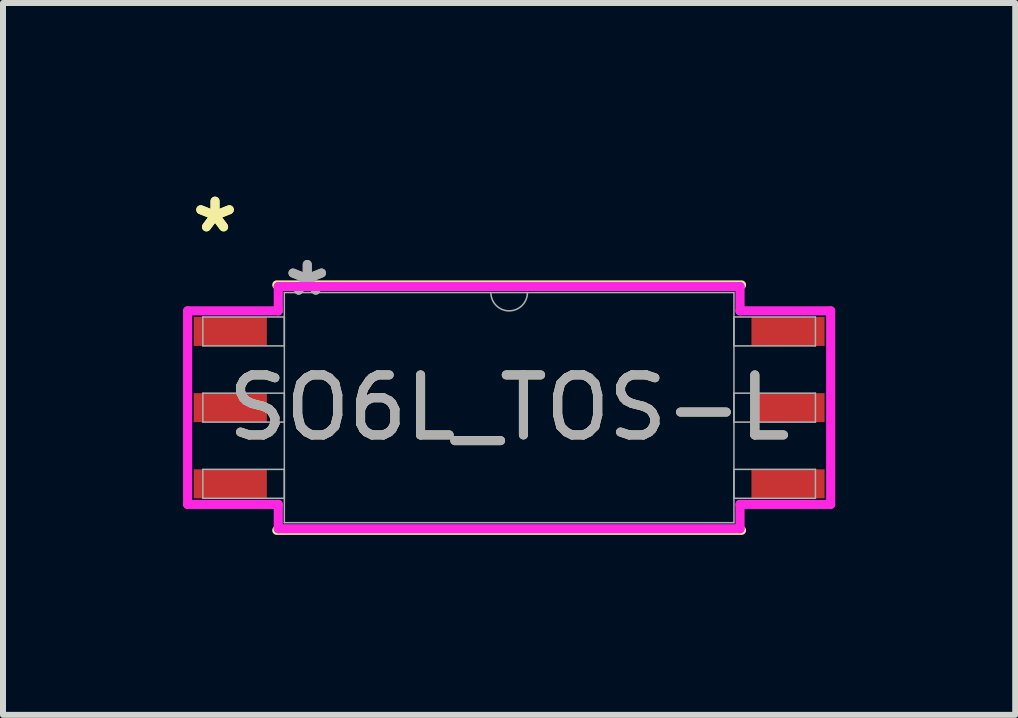
<source format=kicad_pcb>
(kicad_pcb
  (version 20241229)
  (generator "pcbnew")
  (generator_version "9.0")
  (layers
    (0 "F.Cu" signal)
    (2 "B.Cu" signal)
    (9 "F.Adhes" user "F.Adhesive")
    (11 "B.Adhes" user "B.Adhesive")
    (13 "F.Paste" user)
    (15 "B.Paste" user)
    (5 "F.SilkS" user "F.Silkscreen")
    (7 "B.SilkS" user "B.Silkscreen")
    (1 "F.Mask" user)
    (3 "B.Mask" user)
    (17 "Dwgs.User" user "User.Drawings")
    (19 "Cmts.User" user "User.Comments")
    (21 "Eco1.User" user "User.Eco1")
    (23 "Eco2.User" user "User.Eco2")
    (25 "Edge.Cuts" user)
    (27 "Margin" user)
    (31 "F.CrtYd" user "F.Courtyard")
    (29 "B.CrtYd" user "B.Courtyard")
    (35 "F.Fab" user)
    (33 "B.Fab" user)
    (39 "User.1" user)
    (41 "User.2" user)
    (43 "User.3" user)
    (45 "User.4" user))
  (footprint "SO6L_TOS-L"
    (layer "F.Cu")
    (at 5.436 3.744)
    (property "Reference" "SO6L_TOS-L" (at 0 0 0) (unlocked yes) (layer "F.SilkS") (effects (font (size 1 1) (thickness 0.15))))
    (attr smd)
    (fp_line (start -3.873 2.045) (end 3.873 2.045) (stroke (width 0.152) (type solid)) (layer "F.SilkS"))
    (fp_line (start 3.873 -2.045) (end -3.873 -2.045) (stroke (width 0.152) (type solid)) (layer "F.SilkS"))
    (fp_line (start -5.359 -1.613) (end -3.848 -1.613) (stroke (width 0.152) (type solid)) (layer "F.CrtYd"))
    (fp_line (start -5.359 1.613) (end -5.359 -1.613) (stroke (width 0.152) (type solid)) (layer "F.CrtYd"))
    (fp_line (start -5.359 1.613) (end -3.848 1.613) (stroke (width 0.152) (type solid)) (layer "F.CrtYd"))
    (fp_line (start -3.848 -2.019) (end 3.848 -2.019) (stroke (width 0.152) (type solid)) (layer "F.CrtYd"))
    (fp_line (start -3.848 -1.613) (end -3.848 -2.019) (stroke (width 0.152) (type solid)) (layer "F.CrtYd"))
    (fp_line (start -3.848 2.019) (end -3.848 1.613) (stroke (width 0.152) (type solid)) (layer "F.CrtYd"))
    (fp_line (start 3.848 -2.019) (end 3.848 -1.613) (stroke (width 0.152) (type solid)) (layer "F.CrtYd"))
    (fp_line (start 3.848 1.613) (end 3.848 2.019) (stroke (width 0.152) (type solid)) (layer "F.CrtYd"))
    (fp_line (start 3.848 2.019) (end -3.848 2.019) (stroke (width 0.152) (type solid)) (layer "F.CrtYd"))
    (fp_line (start 5.359 -1.613) (end 3.848 -1.613) (stroke (width 0.152) (type solid)) (layer "F.CrtYd"))
    (fp_line (start 5.359 -1.613) (end 5.359 1.613) (stroke (width 0.152) (type solid)) (layer "F.CrtYd"))
    (fp_line (start 5.359 1.613) (end 3.848 1.613) (stroke (width 0.152) (type solid)) (layer "F.CrtYd"))
    (fp_line (start -5.105 -1.511) (end -5.105 -1.029) (stroke (width 0.025) (type solid)) (layer "F.Fab"))
    (fp_line (start -5.105 -1.029) (end -3.747 -1.029) (stroke (width 0.025) (type solid)) (layer "F.Fab"))
    (fp_line (start -5.105 -0.241) (end -5.105 0.241) (stroke (width 0.025) (type solid)) (layer "F.Fab"))
    (fp_line (start -5.105 0.241) (end -3.747 0.241) (stroke (width 0.025) (type solid)) (layer "F.Fab"))
    (fp_line (start -5.105 1.029) (end -5.105 1.511) (stroke (width 0.025) (type solid)) (layer "F.Fab"))
    (fp_line (start -5.105 1.511) (end -3.747 1.511) (stroke (width 0.025) (type solid)) (layer "F.Fab"))
    (fp_line (start -3.747 -1.918) (end -3.747 1.918) (stroke (width 0.025) (type solid)) (layer "F.Fab"))
    (fp_line (start -3.747 -1.511) (end -5.105 -1.511) (stroke (width 0.025) (type solid)) (layer "F.Fab"))
    (fp_line (start -3.747 -1.029) (end -3.747 -1.511) (stroke (width 0.025) (type solid)) (layer "F.Fab"))
    (fp_line (start -3.747 -0.241) (end -5.105 -0.241) (stroke (width 0.025) (type solid)) (layer "F.Fab"))
    (fp_line (start -3.747 0.241) (end -3.747 -0.241) (stroke (width 0.025) (type solid)) (layer "F.Fab"))
    (fp_line (start -3.747 1.029) (end -5.105 1.029) (stroke (width 0.025) (type solid)) (layer "F.Fab"))
    (fp_line (start -3.747 1.511) (end -3.747 1.029) (stroke (width 0.025) (type solid)) (layer "F.Fab"))
    (fp_line (start -3.747 1.918) (end 3.747 1.918) (stroke (width 0.025) (type solid)) (layer "F.Fab"))
    (fp_line (start 3.747 -1.918) (end -3.747 -1.918) (stroke (width 0.025) (type solid)) (layer "F.Fab"))
    (fp_line (start 3.747 -1.511) (end 3.747 -1.029) (stroke (width 0.025) (type solid)) (layer "F.Fab"))
    (fp_line (start 3.747 -1.029) (end 5.105 -1.029) (stroke (width 0.025) (type solid)) (layer "F.Fab"))
    (fp_line (start 3.747 -0.241) (end 3.747 0.241) (stroke (width 0.025) (type solid)) (layer "F.Fab"))
    (fp_line (start 3.747 0.241) (end 5.105 0.241) (stroke (width 0.025) (type solid)) (layer "F.Fab"))
    (fp_line (start 3.747 1.029) (end 3.747 1.511) (stroke (width 0.025) (type solid)) (layer "F.Fab"))
    (fp_line (start 3.747 1.511) (end 5.105 1.511) (stroke (width 0.025) (type solid)) (layer "F.Fab"))
    (fp_line (start 3.747 1.918) (end 3.747 -1.918) (stroke (width 0.025) (type solid)) (layer "F.Fab"))
    (fp_line (start 5.105 -1.511) (end 3.747 -1.511) (stroke (width 0.025) (type solid)) (layer "F.Fab"))
    (fp_line (start 5.105 -1.029) (end 5.105 -1.511) (stroke (width 0.025) (type solid)) (layer "F.Fab"))
    (fp_line (start 5.105 -0.241) (end 3.747 -0.241) (stroke (width 0.025) (type solid)) (layer "F.Fab"))
    (fp_line (start 5.105 0.241) (end 5.105 -0.241) (stroke (width 0.025) (type solid)) (layer "F.Fab"))
    (fp_line (start 5.105 1.029) (end 3.747 1.029) (stroke (width 0.025) (type solid)) (layer "F.Fab"))
    (fp_line (start 5.105 1.511) (end 5.105 1.029) (stroke (width 0.025) (type solid)) (layer "F.Fab"))
    (fp_arc (start 0.3048 -1.9177) (mid 0 -1.6129) (end -0.3048 -1.9177) (stroke (width 0.0254) (type solid)) (layer "F.Fab"))
    (fp_text user "*" (at -4.902 -2.896 0) (unlocked yes) (layer "F.SilkS") (effects (font (size 1 1) (thickness 0.15))))
    (fp_text user "*" (at -4.902 -2.896 0) (layer "F.SilkS") (effects (font (size 1 1) (thickness 0.15))))
    (fp_text user "${REFERENCE}" (at 0 0 0) (unlocked yes) (layer "F.Fab") (effects (font (size 1 1) (thickness 0.15))))
    (fp_text user "*" (at -3.365 -1.841 0) (layer "F.Fab") (effects (font (size 1 1) (thickness 0.15))))
    (fp_text user "*" (at -3.365 -1.841 0) (unlocked yes) (layer "F.Fab") (effects (font (size 1 1) (thickness 0.15))))
    (pad "1" smd rect (at -4.648 -1.27) (size 1.219 0.483) (layers "F.Cu" "F.Mask" "F.Paste"))
    (pad "2" smd rect (at -4.648 0) (size 1.219 0.483) (layers "F.Cu" "F.Mask" "F.Paste"))
    (pad "3" smd rect (at -4.648 1.27) (size 1.219 0.483) (layers "F.Cu" "F.Mask" "F.Paste"))
    (pad "4" smd rect (at 4.648 1.27) (size 1.219 0.483) (layers "F.Cu" "F.Mask" "F.Paste"))
    (pad "5" smd rect (at 4.648 0) (size 1.219 0.483) (layers "F.Cu" "F.Mask" "F.Paste"))
    (pad "6" smd rect (at 4.648 -1.27) (size 1.219 0.483) (layers "F.Cu" "F.Mask" "F.Paste")))
  (gr_rect
    (start -3 -3)
    (end 13.871 8.865)
    (stroke (width 0.1) (type default))
    (fill no)
    (layer "Edge.Cuts")))
</source>
